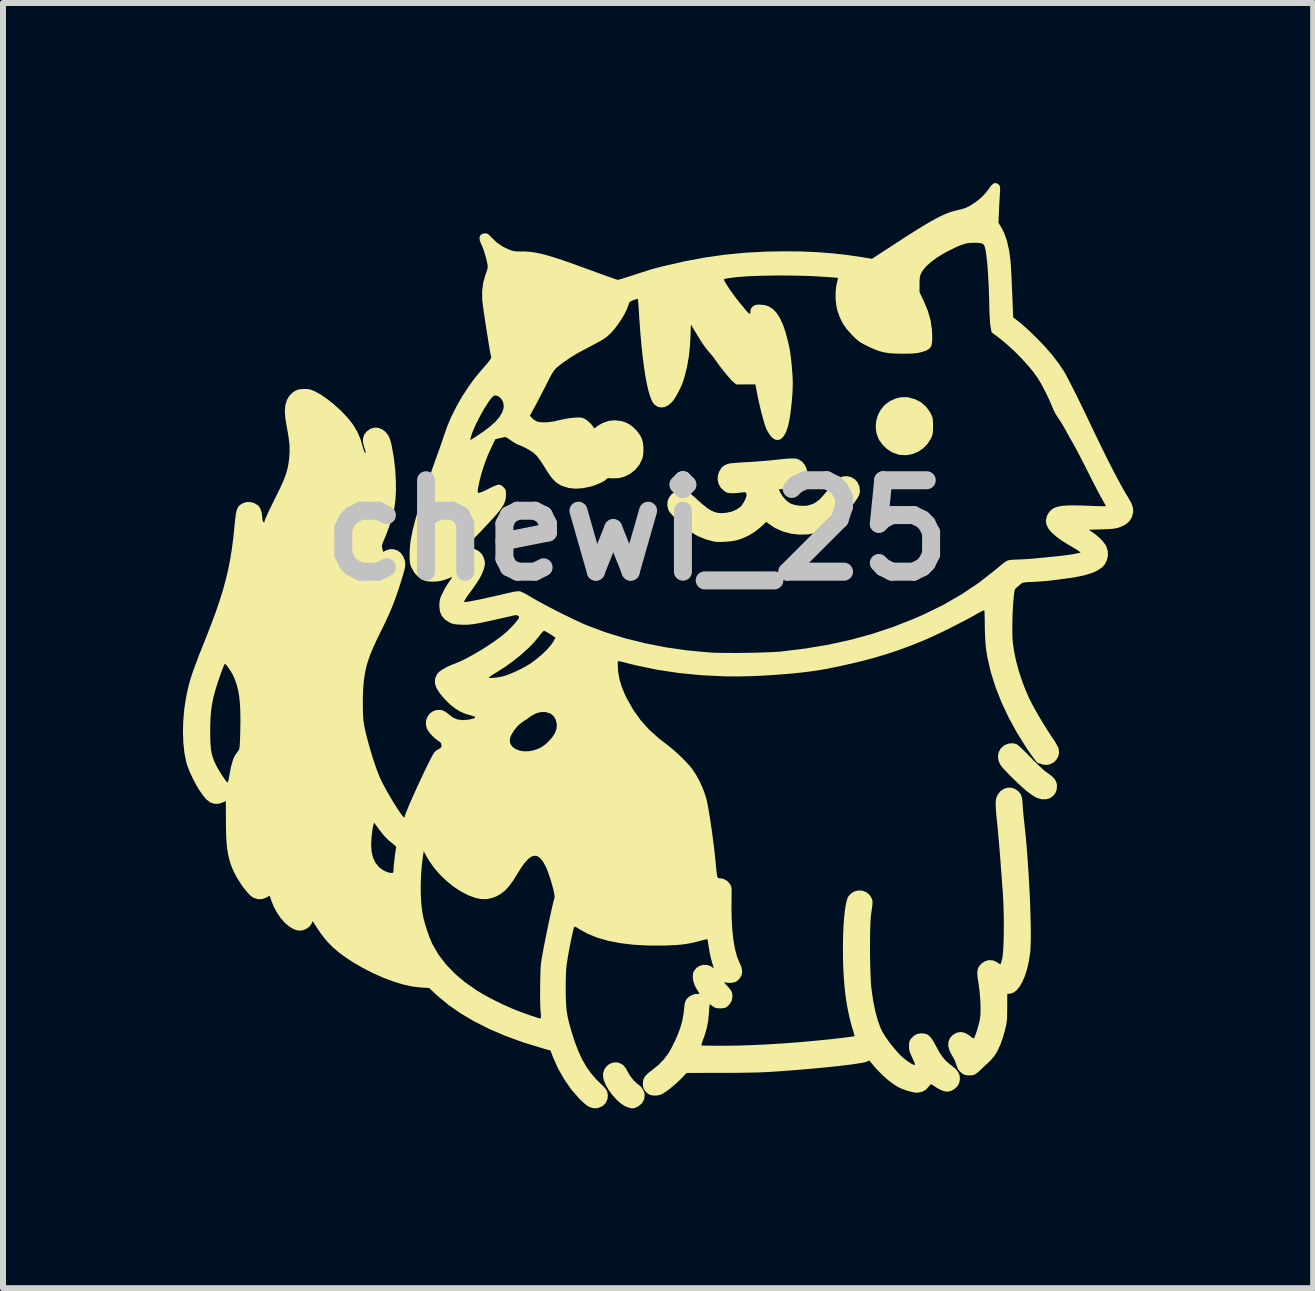
<source format=kicad_pcb>
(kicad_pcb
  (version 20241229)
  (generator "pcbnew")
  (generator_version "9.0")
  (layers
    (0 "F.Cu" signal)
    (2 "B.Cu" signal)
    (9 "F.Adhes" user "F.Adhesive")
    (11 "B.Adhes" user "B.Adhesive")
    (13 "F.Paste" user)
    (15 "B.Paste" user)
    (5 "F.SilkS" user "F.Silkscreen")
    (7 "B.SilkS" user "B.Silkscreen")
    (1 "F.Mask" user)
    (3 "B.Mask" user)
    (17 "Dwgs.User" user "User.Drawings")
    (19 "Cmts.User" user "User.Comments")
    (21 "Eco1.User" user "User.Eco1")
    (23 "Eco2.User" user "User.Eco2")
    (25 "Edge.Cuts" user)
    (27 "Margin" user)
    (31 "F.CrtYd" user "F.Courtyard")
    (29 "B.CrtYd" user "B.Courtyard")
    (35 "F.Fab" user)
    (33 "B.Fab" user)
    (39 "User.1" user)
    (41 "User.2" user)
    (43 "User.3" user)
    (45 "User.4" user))
  (footprint "chewi_25"
    (layer "F.Cu")
    (at 7.572 5.79)
    (property "Reference" "chewi_25" (at 0 0 0) (layer "Dwgs.User") (effects (font (size 1.524 1.524) (thickness 0.3))))
    (attr board_only exclude_from_pos_files exclude_from_bom)
    (fp_poly (pts (xy -0.314 8.875) (xy -0.264 8.894) (xy -0.224 8.924) (xy -0.189 8.97) (xy -0.163 9.018) (xy -0.117 9.097) (xy -0.062 9.166) (xy -0.005 9.221) (xy 0.019 9.238) (xy 0.062 9.275) (xy 0.097 9.325) (xy 0.12 9.38) (xy 0.125 9.416) (xy 0.114 9.488) (xy 0.081 9.548) (xy 0.027 9.596) (xy -0.006 9.614) (xy -0.041 9.629) (xy -0.069 9.635) (xy -0.1 9.633) (xy -0.143 9.623) (xy -0.153 9.62) (xy -0.217 9.592) (xy -0.285 9.545) (xy -0.352 9.483) (xy -0.417 9.41) (xy -0.475 9.331) (xy -0.522 9.25) (xy -0.555 9.17) (xy -0.568 9.122) (xy -0.569 9.053) (xy -0.55 8.99) (xy -0.514 8.937) (xy -0.465 8.897) (xy -0.407 8.873) (xy -0.343 8.869)) (stroke (width 0) (type solid)) (fill yes) (layer "F.SilkS"))
    (fp_poly (pts (xy 4.522 -2.216) (xy 4.633 -2.185) (xy 4.73 -2.134) (xy 4.812 -2.064) (xy 4.878 -1.974) (xy 4.897 -1.939) (xy 4.913 -1.904) (xy 4.923 -1.873) (xy 4.928 -1.838) (xy 4.931 -1.791) (xy 4.931 -1.738) (xy 4.931 -1.675) (xy 4.927 -1.629) (xy 4.921 -1.594) (xy 4.91 -1.561) (xy 4.899 -1.537) (xy 4.843 -1.445) (xy 4.77 -1.369) (xy 4.684 -1.31) (xy 4.589 -1.271) (xy 4.487 -1.252) (xy 4.383 -1.257) (xy 4.347 -1.264) (xy 4.255 -1.297) (xy 4.168 -1.352) (xy 4.093 -1.422) (xy 4.033 -1.504) (xy 4.019 -1.532) (xy 3.986 -1.628) (xy 3.975 -1.728) (xy 3.985 -1.828) (xy 4.013 -1.923) (xy 4.06 -2.011) (xy 4.123 -2.087) (xy 4.202 -2.147) (xy 4.221 -2.158) (xy 4.316 -2.199) (xy 4.403 -2.219) (xy 4.489 -2.22)) (stroke (width 0) (type solid)) (fill yes) (layer "F.SilkS"))
    (fp_poly (pts (xy 6.32 3.563) (xy 6.34 3.576) (xy 6.374 3.604) (xy 6.419 3.647) (xy 6.474 3.7) (xy 6.534 3.761) (xy 6.553 3.781) (xy 6.636 3.865) (xy 6.71 3.936) (xy 6.773 3.994) (xy 6.824 4.034) (xy 6.838 4.044) (xy 6.905 4.093) (xy 6.952 4.139) (xy 6.981 4.186) (xy 6.996 4.237) (xy 6.997 4.25) (xy 6.993 4.322) (xy 6.969 4.383) (xy 6.928 4.432) (xy 6.874 4.467) (xy 6.81 4.484) (xy 6.739 4.483) (xy 6.664 4.461) (xy 6.656 4.458) (xy 6.618 4.437) (xy 6.569 4.404) (xy 6.518 4.367) (xy 6.5 4.354) (xy 6.452 4.313) (xy 6.396 4.262) (xy 6.334 4.204) (xy 6.27 4.143) (xy 6.208 4.081) (xy 6.152 4.023) (xy 6.105 3.973) (xy 6.071 3.933) (xy 6.058 3.916) (xy 6.025 3.848) (xy 6.013 3.776) (xy 6.023 3.707) (xy 6.054 3.644) (xy 6.066 3.629) (xy 6.124 3.581) (xy 6.192 3.554) (xy 6.265 3.55)) (stroke (width 0) (type solid)) (fill yes) (layer "F.SilkS"))
    (fp_poly (pts (xy 6.243 4.292) (xy 6.297 4.311) (xy 6.354 4.35) (xy 6.393 4.401) (xy 6.416 4.468) (xy 6.424 4.553) (xy 6.424 4.558) (xy 6.426 4.593) (xy 6.43 4.648) (xy 6.436 4.718) (xy 6.444 4.799) (xy 6.453 4.883) (xy 6.456 4.908) (xy 6.471 5.055) (xy 6.486 5.213) (xy 6.5 5.38) (xy 6.512 5.552) (xy 6.524 5.728) (xy 6.534 5.904) (xy 6.543 6.077) (xy 6.55 6.246) (xy 6.555 6.406) (xy 6.559 6.557) (xy 6.561 6.695) (xy 6.561 6.817) (xy 6.558 6.921) (xy 6.554 7.004) (xy 6.551 7.037) (xy 6.53 7.177) (xy 6.501 7.305) (xy 6.466 7.42) (xy 6.424 7.519) (xy 6.378 7.601) (xy 6.328 7.663) (xy 6.275 7.705) (xy 6.22 7.724) (xy 6.204 7.725) (xy 6.169 7.725) (xy 6.168 7.953) (xy 6.167 8.039) (xy 6.166 8.105) (xy 6.163 8.159) (xy 6.157 8.205) (xy 6.149 8.25) (xy 6.138 8.299) (xy 6.134 8.316) (xy 6.095 8.456) (xy 6.053 8.575) (xy 6.007 8.676) (xy 5.954 8.761) (xy 5.893 8.834) (xy 5.848 8.878) (xy 5.801 8.92) (xy 5.752 8.965) (xy 5.713 9.003) (xy 5.677 9.036) (xy 5.642 9.062) (xy 5.619 9.075) (xy 5.568 9.086) (xy 5.51 9.086) (xy 5.457 9.076) (xy 5.431 9.064) (xy 5.381 9.025) (xy 5.345 8.977) (xy 5.32 8.912) (xy 5.319 8.906) (xy 5.3 8.854) (xy 5.273 8.797) (xy 5.249 8.756) (xy 5.206 8.673) (xy 5.185 8.595) (xy 5.188 8.526) (xy 5.213 8.464) (xy 5.262 8.41) (xy 5.268 8.406) (xy 5.33 8.372) (xy 5.396 8.363) (xy 5.463 8.377) (xy 5.529 8.415) (xy 5.543 8.427) (xy 5.577 8.454) (xy 5.602 8.467) (xy 5.613 8.467) (xy 5.623 8.448) (xy 5.638 8.41) (xy 5.656 8.359) (xy 5.674 8.302) (xy 5.691 8.242) (xy 5.705 8.187) (xy 5.713 8.145) (xy 5.721 8.078) (xy 5.723 7.992) (xy 5.722 7.892) (xy 5.716 7.786) (xy 5.706 7.679) (xy 5.693 7.577) (xy 5.688 7.544) (xy 5.674 7.457) (xy 5.669 7.39) (xy 5.672 7.338) (xy 5.683 7.295) (xy 5.705 7.259) (xy 5.737 7.224) (xy 5.739 7.222) (xy 5.798 7.182) (xy 5.863 7.164) (xy 5.93 7.169) (xy 5.995 7.197) (xy 6.008 7.207) (xy 6.035 7.226) (xy 6.053 7.236) (xy 6.055 7.236) (xy 6.06 7.222) (xy 6.07 7.191) (xy 6.082 7.15) (xy 6.09 7.105) (xy 6.097 7.039) (xy 6.103 6.954) (xy 6.107 6.855) (xy 6.11 6.744) (xy 6.111 6.625) (xy 6.111 6.502) (xy 6.109 6.377) (xy 6.105 6.255) (xy 6.1 6.138) (xy 6.095 6.056) (xy 6.081 5.865) (xy 6.069 5.698) (xy 6.058 5.553) (xy 6.049 5.429) (xy 6.04 5.325) (xy 6.033 5.239) (xy 6.027 5.171) (xy 6.025 5.15) (xy 6.019 5.084) (xy 6.013 5.017) (xy 6.008 4.96) (xy 6.006 4.938) (xy 6.001 4.883) (xy 5.994 4.817) (xy 5.987 4.757) (xy 5.981 4.692) (xy 5.977 4.621) (xy 5.975 4.563) (xy 5.977 4.508) (xy 5.984 4.467) (xy 5.998 4.43) (xy 6.01 4.407) (xy 6.054 4.349) (xy 6.111 4.31) (xy 6.175 4.29)) (stroke (width 0) (type solid)) (fill yes) (layer "F.SilkS"))
    (fp_poly (pts (xy 2.643 -1.195) (xy 2.674 -1.188) (xy 2.69 -1.182) (xy 2.748 -1.145) (xy 2.793 -1.091) (xy 2.823 -1.026) (xy 2.837 -0.955) (xy 2.832 -0.884) (xy 2.821 -0.846) (xy 2.801 -0.814) (xy 2.771 -0.778) (xy 2.753 -0.761) (xy 2.71 -0.729) (xy 2.658 -0.707) (xy 2.592 -0.694) (xy 2.51 -0.688) (xy 2.468 -0.688) (xy 2.42 -0.687) (xy 2.384 -0.685) (xy 2.364 -0.682) (xy 2.362 -0.681) (xy 2.368 -0.666) (xy 2.381 -0.638) (xy 2.388 -0.624) (xy 2.426 -0.564) (xy 2.475 -0.508) (xy 2.527 -0.464) (xy 2.552 -0.449) (xy 2.611 -0.427) (xy 2.684 -0.413) (xy 2.759 -0.407) (xy 2.827 -0.41) (xy 2.844 -0.414) (xy 2.9 -0.43) (xy 2.95 -0.45) (xy 2.996 -0.479) (xy 3.043 -0.518) (xy 3.093 -0.571) (xy 3.151 -0.64) (xy 3.194 -0.694) (xy 3.24 -0.752) (xy 3.284 -0.803) (xy 3.32 -0.842) (xy 3.347 -0.866) (xy 3.355 -0.871) (xy 3.429 -0.898) (xy 3.501 -0.902) (xy 3.568 -0.886) (xy 3.626 -0.851) (xy 3.672 -0.801) (xy 3.702 -0.736) (xy 3.712 -0.662) (xy 3.71 -0.63) (xy 3.701 -0.596) (xy 3.684 -0.559) (xy 3.657 -0.514) (xy 3.617 -0.459) (xy 3.564 -0.389) (xy 3.546 -0.365) (xy 3.471 -0.274) (xy 3.404 -0.2) (xy 3.341 -0.14) (xy 3.277 -0.091) (xy 3.243 -0.068) (xy 3.118 -0.002) (xy 2.983 0.044) (xy 2.844 0.068) (xy 2.702 0.072) (xy 2.562 0.055) (xy 2.426 0.019) (xy 2.299 -0.038) (xy 2.185 -0.114) (xy 2.151 -0.141) (xy 2.055 -0.051) (xy 1.957 0.027) (xy 1.847 0.093) (xy 1.732 0.143) (xy 1.643 0.169) (xy 1.567 0.182) (xy 1.484 0.19) (xy 1.402 0.194) (xy 1.33 0.193) (xy 1.283 0.188) (xy 1.143 0.151) (xy 1.01 0.096) (xy 0.962 0.07) (xy 0.912 0.037) (xy 0.854 -0.006) (xy 0.791 -0.058) (xy 0.727 -0.114) (xy 0.666 -0.171) (xy 0.611 -0.225) (xy 0.566 -0.274) (xy 0.534 -0.314) (xy 0.521 -0.337) (xy 0.502 -0.411) (xy 0.506 -0.482) (xy 0.53 -0.546) (xy 0.57 -0.599) (xy 0.624 -0.639) (xy 0.69 -0.662) (xy 0.764 -0.665) (xy 0.792 -0.66) (xy 0.816 -0.653) (xy 0.842 -0.641) (xy 0.871 -0.622) (xy 0.909 -0.592) (xy 0.958 -0.55) (xy 1.009 -0.503) (xy 1.091 -0.432) (xy 1.16 -0.377) (xy 1.22 -0.337) (xy 1.274 -0.31) (xy 1.326 -0.294) (xy 1.38 -0.287) (xy 1.403 -0.286) (xy 1.492 -0.293) (xy 1.578 -0.313) (xy 1.653 -0.345) (xy 1.714 -0.386) (xy 1.742 -0.415) (xy 1.778 -0.47) (xy 1.805 -0.523) (xy 1.821 -0.57) (xy 1.822 -0.605) (xy 1.82 -0.611) (xy 1.812 -0.627) (xy 1.799 -0.634) (xy 1.775 -0.634) (xy 1.733 -0.629) (xy 1.732 -0.629) (xy 1.674 -0.623) (xy 1.61 -0.619) (xy 1.579 -0.619) (xy 1.531 -0.621) (xy 1.495 -0.629) (xy 1.462 -0.647) (xy 1.449 -0.656) (xy 1.392 -0.711) (xy 1.355 -0.777) (xy 1.34 -0.851) (xy 1.348 -0.928) (xy 1.366 -0.978) (xy 1.403 -1.041) (xy 1.452 -1.083) (xy 1.515 -1.109) (xy 1.526 -1.111) (xy 1.555 -1.116) (xy 1.605 -1.121) (xy 1.67 -1.126) (xy 1.745 -1.132) (xy 1.827 -1.137) (xy 1.84 -1.137) (xy 1.936 -1.143) (xy 2.042 -1.151) (xy 2.148 -1.159) (xy 2.245 -1.168) (xy 2.308 -1.175) (xy 2.411 -1.186) (xy 2.492 -1.194) (xy 2.556 -1.198) (xy 2.605 -1.198)) (stroke (width 0) (type solid)) (fill yes) (layer "F.SilkS"))
    (fp_poly (pts (xy 6.009 -5.776) (xy 6.027 -5.761) (xy 6.039 -5.747) (xy 6.046 -5.73) (xy 6.049 -5.705) (xy 6.049 -5.667) (xy 6.046 -5.614) (xy 6.042 -5.555) (xy 6.038 -5.48) (xy 6.034 -5.398) (xy 6.03 -5.319) (xy 6.03 -5.31) (xy 6.022 -5.126) (xy 6.06 -5.066) (xy 6.118 -4.955) (xy 6.164 -4.822) (xy 6.199 -4.669) (xy 6.222 -4.497) (xy 6.224 -4.475) (xy 6.227 -4.421) (xy 6.232 -4.348) (xy 6.237 -4.259) (xy 6.242 -4.16) (xy 6.246 -4.055) (xy 6.251 -3.95) (xy 6.252 -3.934) (xy 6.267 -3.55) (xy 6.368 -3.472) (xy 6.408 -3.439) (xy 6.461 -3.392) (xy 6.523 -3.336) (xy 6.588 -3.274) (xy 6.653 -3.211) (xy 6.664 -3.2) (xy 6.805 -3.053) (xy 6.927 -2.911) (xy 7.034 -2.77) (xy 7.115 -2.647) (xy 7.141 -2.603) (xy 7.175 -2.539) (xy 7.218 -2.456) (xy 7.269 -2.356) (xy 7.326 -2.242) (xy 7.388 -2.115) (xy 7.455 -1.978) (xy 7.525 -1.832) (xy 7.582 -1.711) (xy 7.676 -1.516) (xy 7.766 -1.331) (xy 7.852 -1.158) (xy 7.933 -1) (xy 8.008 -0.857) (xy 8.076 -0.732) (xy 8.136 -0.626) (xy 8.188 -0.541) (xy 8.19 -0.537) (xy 8.239 -0.449) (xy 8.265 -0.37) (xy 8.268 -0.3) (xy 8.267 -0.296) (xy 8.244 -0.216) (xy 8.202 -0.149) (xy 8.139 -0.096) (xy 8.056 -0.056) (xy 8.039 -0.05) (xy 8.003 -0.039) (xy 7.964 -0.031) (xy 7.919 -0.025) (xy 7.861 -0.02) (xy 7.786 -0.017) (xy 7.741 -0.016) (xy 7.525 -0.009) (xy 7.583 0.028) (xy 7.644 0.072) (xy 7.705 0.125) (xy 7.759 0.181) (xy 7.801 0.235) (xy 7.82 0.269) (xy 7.844 0.346) (xy 7.846 0.426) (xy 7.827 0.504) (xy 7.79 0.574) (xy 7.747 0.619) (xy 7.669 0.672) (xy 7.567 0.716) (xy 7.441 0.753) (xy 7.292 0.783) (xy 7.219 0.794) (xy 7.141 0.804) (xy 7.055 0.816) (xy 6.974 0.827) (xy 6.931 0.832) (xy 6.865 0.84) (xy 6.784 0.848) (xy 6.697 0.854) (xy 6.615 0.859) (xy 6.608 0.859) (xy 6.535 0.862) (xy 6.483 0.866) (xy 6.447 0.87) (xy 6.423 0.875) (xy 6.407 0.883) (xy 6.395 0.893) (xy 6.367 0.918) (xy 6.333 0.947) (xy 6.329 0.95) (xy 6.312 0.965) (xy 6.3 0.98) (xy 6.291 1.002) (xy 6.285 1.035) (xy 6.279 1.084) (xy 6.276 1.119) (xy 6.266 1.229) (xy 6.259 1.35) (xy 6.255 1.473) (xy 6.253 1.595) (xy 6.253 1.708) (xy 6.256 1.808) (xy 6.262 1.881) (xy 6.283 2.024) (xy 6.316 2.181) (xy 6.361 2.346) (xy 6.415 2.511) (xy 6.476 2.67) (xy 6.536 2.806) (xy 6.578 2.889) (xy 6.631 2.986) (xy 6.692 3.092) (xy 6.757 3.202) (xy 6.823 3.309) (xy 6.887 3.408) (xy 6.931 3.473) (xy 6.966 3.526) (xy 6.995 3.576) (xy 7.017 3.617) (xy 7.025 3.639) (xy 7.032 3.708) (xy 7.018 3.771) (xy 6.986 3.826) (xy 6.94 3.87) (xy 6.883 3.9) (xy 6.82 3.911) (xy 6.753 3.902) (xy 6.732 3.895) (xy 6.703 3.885) (xy 6.685 3.882) (xy 6.684 3.883) (xy 6.673 3.877) (xy 6.651 3.853) (xy 6.62 3.813) (xy 6.581 3.76) (xy 6.536 3.697) (xy 6.49 3.629) (xy 6.331 3.376) (xy 6.191 3.12) (xy 6.071 2.864) (xy 5.971 2.609) (xy 5.892 2.357) (xy 5.836 2.111) (xy 5.817 1.994) (xy 5.807 1.904) (xy 5.8 1.795) (xy 5.795 1.671) (xy 5.794 1.591) (xy 5.793 1.514) (xy 5.792 1.446) (xy 5.79 1.39) (xy 5.788 1.351) (xy 5.786 1.332) (xy 5.785 1.331) (xy 5.773 1.335) (xy 5.743 1.349) (xy 5.7 1.372) (xy 5.648 1.401) (xy 5.636 1.408) (xy 5.554 1.454) (xy 5.454 1.507) (xy 5.342 1.565) (xy 5.224 1.625) (xy 5.105 1.684) (xy 4.99 1.739) (xy 4.885 1.787) (xy 4.796 1.827) (xy 4.796 1.827) (xy 4.578 1.915) (xy 4.36 1.996) (xy 4.139 2.069) (xy 3.911 2.136) (xy 3.67 2.198) (xy 3.413 2.257) (xy 3.144 2.312) (xy 3.003 2.336) (xy 2.842 2.358) (xy 2.666 2.379) (xy 2.478 2.396) (xy 2.283 2.411) (xy 2.085 2.423) (xy 1.89 2.431) (xy 1.702 2.435) (xy 1.525 2.435) (xy 1.451 2.434) (xy 1.066 2.415) (xy 0.695 2.379) (xy 0.338 2.325) (xy -0.01 2.253) (xy -0.138 2.222) (xy -0.209 2.203) (xy -0.26 2.19) (xy -0.294 2.183) (xy -0.313 2.182) (xy -0.323 2.188) (xy -0.326 2.201) (xy -0.325 2.22) (xy -0.325 2.234) (xy -0.318 2.359) (xy -0.297 2.48) (xy -0.26 2.604) (xy -0.206 2.736) (xy -0.174 2.801) (xy -0.066 2.993) (xy 0.059 3.167) (xy 0.201 3.325) (xy 0.364 3.471) (xy 0.444 3.532) (xy 0.534 3.602) (xy 0.627 3.68) (xy 0.717 3.763) (xy 0.8 3.846) (xy 0.871 3.922) (xy 0.914 3.975) (xy 0.974 4.064) (xy 1.033 4.169) (xy 1.085 4.282) (xy 1.128 4.394) (xy 1.155 4.485) (xy 1.171 4.561) (xy 1.189 4.657) (xy 1.208 4.769) (xy 1.227 4.893) (xy 1.246 5.025) (xy 1.264 5.159) (xy 1.281 5.291) (xy 1.295 5.418) (xy 1.301 5.474) (xy 1.31 5.572) (xy 1.318 5.649) (xy 1.324 5.706) (xy 1.33 5.747) (xy 1.336 5.774) (xy 1.342 5.79) (xy 1.35 5.798) (xy 1.361 5.8) (xy 1.374 5.8) (xy 1.383 5.8) (xy 1.441 5.811) (xy 1.496 5.842) (xy 1.54 5.887) (xy 1.549 5.902) (xy 1.562 5.926) (xy 1.569 5.951) (xy 1.573 5.982) (xy 1.574 6.026) (xy 1.573 6.088) (xy 1.573 6.091) (xy 1.571 6.301) (xy 1.575 6.495) (xy 1.586 6.673) (xy 1.604 6.832) (xy 1.628 6.971) (xy 1.659 7.089) (xy 1.695 7.185) (xy 1.706 7.206) (xy 1.739 7.287) (xy 1.75 7.359) (xy 1.737 7.423) (xy 1.7 7.48) (xy 1.658 7.518) (xy 1.622 7.534) (xy 1.572 7.543) (xy 1.518 7.544) (xy 1.47 7.537) (xy 1.456 7.532) (xy 1.451 7.535) (xy 1.462 7.551) (xy 1.486 7.58) (xy 1.489 7.583) (xy 1.533 7.631) (xy 1.562 7.669) (xy 1.578 7.701) (xy 1.586 7.735) (xy 1.587 7.77) (xy 1.576 7.839) (xy 1.542 7.899) (xy 1.496 7.943) (xy 1.466 7.959) (xy 1.429 7.967) (xy 1.382 7.969) (xy 1.334 7.966) (xy 1.3 7.959) (xy 1.27 7.942) (xy 1.259 7.934) (xy 1.231 7.914) (xy 1.212 7.901) (xy 1.209 7.9) (xy 1.206 7.912) (xy 1.203 7.943) (xy 1.199 7.989) (xy 1.196 8.034) (xy 1.183 8.176) (xy 1.157 8.306) (xy 1.118 8.437) (xy 1.106 8.468) (xy 1.088 8.517) (xy 1.076 8.557) (xy 1.07 8.581) (xy 1.07 8.587) (xy 1.084 8.588) (xy 1.119 8.589) (xy 1.174 8.591) (xy 1.244 8.591) (xy 1.327 8.592) (xy 1.42 8.592) (xy 1.472 8.592) (xy 1.688 8.589) (xy 1.924 8.581) (xy 2.174 8.569) (xy 2.434 8.553) (xy 2.7 8.533) (xy 2.965 8.509) (xy 3.226 8.483) (xy 3.412 8.461) (xy 3.481 8.453) (xy 3.54 8.445) (xy 3.587 8.438) (xy 3.615 8.434) (xy 3.623 8.432) (xy 3.621 8.418) (xy 3.613 8.387) (xy 3.6 8.344) (xy 3.595 8.329) (xy 3.57 8.246) (xy 3.545 8.146) (xy 3.52 8.036) (xy 3.498 7.922) (xy 3.48 7.813) (xy 3.47 7.743) (xy 3.456 7.609) (xy 3.444 7.467) (xy 3.436 7.32) (xy 3.431 7.17) (xy 3.429 7.02) (xy 3.43 6.872) (xy 3.433 6.729) (xy 3.439 6.595) (xy 3.448 6.47) (xy 3.459 6.358) (xy 3.473 6.262) (xy 3.489 6.184) (xy 3.507 6.127) (xy 3.519 6.104) (xy 3.566 6.052) (xy 3.624 6.018) (xy 3.688 6.003) (xy 3.753 6.007) (xy 3.813 6.029) (xy 3.865 6.069) (xy 3.897 6.113) (xy 3.91 6.139) (xy 3.918 6.164) (xy 3.922 6.193) (xy 3.921 6.231) (xy 3.916 6.281) (xy 3.906 6.348) (xy 3.898 6.4) (xy 3.893 6.453) (xy 3.888 6.526) (xy 3.885 6.618) (xy 3.882 6.723) (xy 3.881 6.837) (xy 3.88 6.958) (xy 3.881 7.081) (xy 3.883 7.203) (xy 3.886 7.319) (xy 3.89 7.426) (xy 3.894 7.521) (xy 3.9 7.599) (xy 3.904 7.638) (xy 3.932 7.832) (xy 3.966 8.004) (xy 4.005 8.152) (xy 4.049 8.278) (xy 4.087 8.359) (xy 4.13 8.43) (xy 4.186 8.511) (xy 4.251 8.596) (xy 4.319 8.677) (xy 4.385 8.748) (xy 4.387 8.75) (xy 4.432 8.792) (xy 4.481 8.831) (xy 4.529 8.866) (xy 4.572 8.893) (xy 4.607 8.909) (xy 4.628 8.913) (xy 4.631 8.911) (xy 4.629 8.897) (xy 4.618 8.866) (xy 4.599 8.824) (xy 4.585 8.792) (xy 4.559 8.736) (xy 4.543 8.694) (xy 4.534 8.657) (xy 4.531 8.617) (xy 4.531 8.599) (xy 4.533 8.55) (xy 4.539 8.517) (xy 4.554 8.489) (xy 4.566 8.471) (xy 4.618 8.42) (xy 4.678 8.392) (xy 4.737 8.385) (xy 4.789 8.389) (xy 4.832 8.402) (xy 4.87 8.429) (xy 4.907 8.471) (xy 4.945 8.531) (xy 4.985 8.606) (xy 5.039 8.705) (xy 5.093 8.785) (xy 5.153 8.851) (xy 5.222 8.909) (xy 5.238 8.921) (xy 5.305 8.975) (xy 5.349 9.028) (xy 5.373 9.084) (xy 5.379 9.138) (xy 5.374 9.183) (xy 5.362 9.224) (xy 5.358 9.234) (xy 5.328 9.277) (xy 5.286 9.315) (xy 5.243 9.34) (xy 5.227 9.345) (xy 5.197 9.352) (xy 5.18 9.356) (xy 5.148 9.356) (xy 5.102 9.345) (xy 5.05 9.324) (xy 4.998 9.296) (xy 4.99 9.29) (xy 4.951 9.265) (xy 4.921 9.245) (xy 4.905 9.235) (xy 4.889 9.238) (xy 4.867 9.262) (xy 4.857 9.276) (xy 4.81 9.326) (xy 4.748 9.36) (xy 4.678 9.374) (xy 4.668 9.375) (xy 4.616 9.37) (xy 4.55 9.355) (xy 4.478 9.334) (xy 4.408 9.308) (xy 4.365 9.289) (xy 4.277 9.236) (xy 4.182 9.165) (xy 4.085 9.078) (xy 3.988 8.979) (xy 3.912 8.89) (xy 3.868 8.837) (xy 3.829 8.856) (xy 3.799 8.866) (xy 3.745 8.877) (xy 3.671 8.889) (xy 3.577 8.903) (xy 3.465 8.917) (xy 3.338 8.932) (xy 3.196 8.947) (xy 3.043 8.962) (xy 2.88 8.977) (xy 2.708 8.992) (xy 2.529 9.006) (xy 2.406 9.015) (xy 2.304 9.022) (xy 2.208 9.028) (xy 2.114 9.033) (xy 2.017 9.037) (xy 1.915 9.039) (xy 1.801 9.041) (xy 1.674 9.043) (xy 1.528 9.044) (xy 1.428 9.044) (xy 0.825 9.045) (xy 0.74 9.133) (xy 0.68 9.192) (xy 0.613 9.252) (xy 0.546 9.307) (xy 0.483 9.354) (xy 0.428 9.389) (xy 0.401 9.403) (xy 0.343 9.42) (xy 0.28 9.423) (xy 0.221 9.413) (xy 0.178 9.392) (xy 0.131 9.348) (xy 0.104 9.301) (xy 0.094 9.243) (xy 0.094 9.227) (xy 0.098 9.175) (xy 0.112 9.131) (xy 0.139 9.091) (xy 0.182 9.049) (xy 0.243 9.001) (xy 0.244 9) (xy 0.355 8.911) (xy 0.445 8.818) (xy 0.522 8.715) (xy 0.577 8.618) (xy 0.642 8.485) (xy 0.692 8.366) (xy 0.73 8.255) (xy 0.757 8.148) (xy 0.775 8.038) (xy 0.781 7.98) (xy 0.787 7.921) (xy 0.794 7.881) (xy 0.804 7.85) (xy 0.819 7.823) (xy 0.832 7.804) (xy 0.867 7.772) (xy 0.914 7.746) (xy 0.963 7.73) (xy 1.006 7.728) (xy 1.028 7.731) (xy 1.035 7.724) (xy 1.028 7.705) (xy 1.006 7.672) (xy 0.962 7.594) (xy 0.935 7.515) (xy 0.925 7.441) (xy 0.933 7.376) (xy 0.944 7.35) (xy 0.984 7.297) (xy 1.038 7.262) (xy 1.1 7.244) (xy 1.164 7.245) (xy 1.226 7.266) (xy 1.255 7.286) (xy 1.272 7.299) (xy 1.275 7.294) (xy 1.271 7.281) (xy 1.244 7.19) (xy 1.224 7.114) (xy 1.209 7.045) (xy 1.197 6.973) (xy 1.193 6.951) (xy 1.185 6.897) (xy 1.178 6.853) (xy 1.172 6.824) (xy 1.17 6.816) (xy 1.157 6.817) (xy 1.126 6.824) (xy 1.08 6.835) (xy 1.046 6.844) (xy 0.958 6.867) (xy 0.879 6.884) (xy 0.804 6.897) (xy 0.726 6.907) (xy 0.641 6.914) (xy 0.542 6.918) (xy 0.434 6.922) (xy 0.176 6.921) (xy -0.064 6.908) (xy -0.285 6.881) (xy -0.486 6.842) (xy -0.667 6.79) (xy -0.827 6.725) (xy -0.966 6.648) (xy -0.986 6.634) (xy -1.018 6.616) (xy -1.041 6.607) (xy -1.049 6.608) (xy -1.056 6.625) (xy -1.066 6.662) (xy -1.078 6.716) (xy -1.093 6.783) (xy -1.109 6.86) (xy -1.125 6.942) (xy -1.141 7.025) (xy -1.155 7.106) (xy -1.164 7.162) (xy -1.174 7.225) (xy -1.181 7.284) (xy -1.186 7.345) (xy -1.189 7.414) (xy -1.191 7.495) (xy -1.192 7.593) (xy -1.192 7.631) (xy -1.191 7.754) (xy -1.188 7.858) (xy -1.182 7.948) (xy -1.173 8.03) (xy -1.159 8.11) (xy -1.141 8.193) (xy -1.116 8.285) (xy -1.093 8.363) (xy -1.038 8.535) (xy -0.98 8.686) (xy -0.918 8.819) (xy -0.85 8.938) (xy -0.774 9.046) (xy -0.687 9.148) (xy -0.587 9.246) (xy -0.576 9.256) (xy -0.543 9.291) (xy -0.515 9.327) (xy -0.504 9.346) (xy -0.489 9.414) (xy -0.495 9.48) (xy -0.522 9.541) (xy -0.568 9.59) (xy -0.6 9.609) (xy -0.667 9.633) (xy -0.732 9.633) (xy -0.799 9.612) (xy -0.835 9.59) (xy -0.883 9.552) (xy -0.936 9.503) (xy -0.962 9.478) (xy -1.096 9.325) (xy -1.216 9.153) (xy -1.321 8.969) (xy -1.401 8.789) (xy -1.446 8.671) (xy -1.589 8.631) (xy -1.899 8.536) (xy -2.191 8.43) (xy -2.462 8.314) (xy -2.713 8.188) (xy -2.942 8.053) (xy -3.149 7.909) (xy -3.333 7.756) (xy -3.366 7.726) (xy -3.469 7.629) (xy -3.606 7.621) (xy -3.743 7.605) (xy -3.894 7.573) (xy -4.055 7.524) (xy -4.222 7.462) (xy -4.393 7.387) (xy -4.564 7.3) (xy -4.732 7.203) (xy -4.821 7.146) (xy -4.959 7.048) (xy -5.077 6.947) (xy -5.181 6.84) (xy -5.275 6.72) (xy -5.339 6.625) (xy -5.41 6.513) (xy -5.425 6.551) (xy -5.459 6.601) (xy -5.509 6.64) (xy -5.57 6.666) (xy -5.634 6.673) (xy -5.65 6.672) (xy -5.723 6.65) (xy -5.798 6.607) (xy -5.872 6.544) (xy -5.942 6.465) (xy -6.006 6.372) (xy -6.061 6.269) (xy -6.105 6.157) (xy -6.106 6.154) (xy -6.127 6.09) (xy -6.179 6.12) (xy -6.249 6.146) (xy -6.321 6.149) (xy -6.391 6.127) (xy -6.414 6.114) (xy -6.459 6.077) (xy -6.511 6.022) (xy -6.565 5.953) (xy -6.584 5.927) (xy -3.609 5.927) (xy -3.607 6.088) (xy -3.598 6.238) (xy -3.582 6.372) (xy -3.581 6.375) (xy -3.562 6.469) (xy -3.533 6.575) (xy -3.498 6.686) (xy -3.46 6.791) (xy -3.421 6.883) (xy -3.41 6.905) (xy -3.312 7.073) (xy -3.19 7.233) (xy -3.045 7.385) (xy -2.877 7.528) (xy -2.686 7.662) (xy -2.657 7.681) (xy -2.568 7.734) (xy -2.462 7.792) (xy -2.347 7.851) (xy -2.229 7.908) (xy -2.116 7.959) (xy -2.094 7.969) (xy -2.039 7.991) (xy -1.974 8.016) (xy -1.904 8.043) (xy -1.832 8.068) (xy -1.764 8.092) (xy -1.703 8.112) (xy -1.655 8.128) (xy -1.623 8.136) (xy -1.615 8.137) (xy -1.607 8.132) (xy -1.604 8.114) (xy -1.605 8.078) (xy -1.609 8.047) (xy -1.613 7.994) (xy -1.616 7.922) (xy -1.618 7.835) (xy -1.619 7.738) (xy -1.618 7.636) (xy -1.617 7.535) (xy -1.615 7.437) (xy -1.613 7.349) (xy -1.609 7.275) (xy -1.604 7.219) (xy -1.603 7.206) (xy -1.593 7.144) (xy -1.579 7.066) (xy -1.563 6.975) (xy -1.543 6.875) (xy -1.522 6.769) (xy -1.5 6.661) (xy -1.478 6.554) (xy -1.456 6.451) (xy -1.435 6.356) (xy -1.416 6.272) (xy -1.4 6.203) (xy -1.386 6.153) (xy -1.378 6.126) (xy -1.377 6.102) (xy -1.383 6.058) (xy -1.396 5.999) (xy -1.413 5.931) (xy -1.434 5.857) (xy -1.458 5.782) (xy -1.482 5.711) (xy -1.506 5.648) (xy -1.525 5.605) (xy -1.569 5.525) (xy -1.614 5.468) (xy -1.659 5.434) (xy -1.707 5.424) (xy -1.757 5.436) (xy -1.811 5.473) (xy -1.868 5.533) (xy -1.93 5.617) (xy -1.997 5.724) (xy -2.068 5.839) (xy -2.137 5.932) (xy -2.205 6.005) (xy -2.275 6.061) (xy -2.35 6.103) (xy -2.424 6.13) (xy -2.516 6.148) (xy -2.61 6.145) (xy -2.682 6.131) (xy -2.807 6.088) (xy -2.934 6.023) (xy -3.061 5.94) (xy -3.182 5.842) (xy -3.296 5.731) (xy -3.398 5.611) (xy -3.484 5.484) (xy -3.511 5.438) (xy -3.559 5.348) (xy -3.574 5.446) (xy -3.592 5.599) (xy -3.604 5.762) (xy -3.609 5.927) (xy -6.584 5.927) (xy -6.62 5.874) (xy -6.672 5.791) (xy -6.717 5.707) (xy -6.753 5.627) (xy -6.754 5.625) (xy -6.782 5.548) (xy -6.804 5.471) (xy -6.822 5.39) (xy -6.836 5.303) (xy -6.842 5.242) (xy -4.435 5.242) (xy -4.428 5.357) (xy -4.404 5.455) (xy -4.365 5.539) (xy -4.308 5.61) (xy -4.301 5.618) (xy -4.253 5.655) (xy -4.196 5.685) (xy -4.137 5.706) (xy -4.097 5.712) (xy -4.076 5.71) (xy -4.066 5.7) (xy -4.063 5.675) (xy -4.062 5.657) (xy -4.061 5.624) (xy -4.057 5.575) (xy -4.05 5.516) (xy -4.043 5.452) (xy -4.035 5.391) (xy -4.028 5.338) (xy -4.021 5.3) (xy -4.018 5.287) (xy -4.025 5.267) (xy -4.054 5.24) (xy -4.081 5.219) (xy -4.148 5.165) (xy -4.219 5.092) (xy -4.296 4.996) (xy -4.328 4.952) (xy -4.386 4.873) (xy -4.4 4.921) (xy -4.407 4.953) (xy -4.415 5.003) (xy -4.423 5.062) (xy -4.428 5.109) (xy -4.435 5.242) (xy -6.842 5.242) (xy -6.845 5.204) (xy -6.852 5.091) (xy -6.855 4.96) (xy -6.856 4.841) (xy -6.856 4.753) (xy -6.857 4.674) (xy -6.857 4.608) (xy -6.858 4.556) (xy -6.859 4.523) (xy -6.86 4.513) (xy -6.872 4.518) (xy -6.899 4.531) (xy -6.912 4.537) (xy -6.981 4.559) (xy -7.051 4.558) (xy -7.119 4.534) (xy -7.181 4.488) (xy -7.189 4.479) (xy -7.243 4.413) (xy -7.301 4.329) (xy -7.358 4.233) (xy -7.411 4.13) (xy -7.459 4.028) (xy -7.497 3.931) (xy -7.518 3.86) (xy -7.548 3.709) (xy -7.566 3.541) (xy -7.572 3.362) (xy -7.572 3.344) (xy -7.118 3.344) (xy -7.117 3.462) (xy -7.113 3.559) (xy -7.106 3.641) (xy -7.095 3.712) (xy -7.078 3.775) (xy -7.056 3.837) (xy -7.03 3.896) (xy -7.005 3.944) (xy -6.975 3.997) (xy -6.942 4.051) (xy -6.909 4.102) (xy -6.878 4.147) (xy -6.852 4.182) (xy -6.833 4.201) (xy -6.825 4.204) (xy -6.82 4.188) (xy -6.811 4.153) (xy -6.802 4.105) (xy -6.796 4.068) (xy -6.774 3.954) (xy -6.749 3.859) (xy -6.721 3.784) (xy -6.694 3.736) (xy -6.669 3.702) (xy -6.647 3.672) (xy -6.644 3.667) (xy -6.637 3.654) (xy -6.632 3.632) (xy -6.627 3.599) (xy -6.624 3.55) (xy -6.621 3.485) (xy -6.618 3.398) (xy -6.617 3.355) (xy -6.614 3.181) (xy -6.616 3.028) (xy -6.622 2.895) (xy -6.634 2.778) (xy -6.651 2.674) (xy -6.674 2.581) (xy -6.703 2.495) (xy -6.726 2.44) (xy -6.748 2.396) (xy -6.776 2.349) (xy -6.806 2.303) (xy -6.834 2.264) (xy -6.858 2.236) (xy -6.873 2.225) (xy -6.873 2.225) (xy -6.881 2.236) (xy -6.895 2.267) (xy -6.913 2.312) (xy -6.935 2.369) (xy -6.942 2.389) (xy -6.993 2.538) (xy -7.034 2.67) (xy -7.066 2.791) (xy -7.089 2.908) (xy -7.105 3.025) (xy -7.114 3.149) (xy -7.118 3.285) (xy -7.118 3.344) (xy -7.572 3.344) (xy -7.567 3.174) (xy -7.551 2.985) (xy -7.523 2.798) (xy -7.485 2.618) (xy -7.476 2.582) (xy -7.459 2.522) (xy -7.441 2.462) (xy -7.421 2.398) (xy -7.397 2.329) (xy -7.368 2.25) (xy -7.334 2.16) (xy -7.294 2.054) (xy -7.245 1.932) (xy -7.19 1.794) (xy -7.103 1.57) (xy -7.026 1.364) (xy -6.961 1.172) (xy -6.904 0.991) (xy -6.857 0.816) (xy -6.816 0.644) (xy -6.783 0.472) (xy -6.755 0.294) (xy -6.731 0.109) (xy -6.714 -0.064) (xy -6.704 -0.165) (xy -6.694 -0.244) (xy -6.684 -0.305) (xy -6.671 -0.35) (xy -6.655 -0.385) (xy -6.634 -0.411) (xy -6.607 -0.432) (xy -6.573 -0.451) (xy -6.566 -0.455) (xy -6.506 -0.472) (xy -6.44 -0.47) (xy -6.375 -0.45) (xy -6.32 -0.414) (xy -6.308 -0.402) (xy -6.279 -0.355) (xy -6.259 -0.292) (xy -6.251 -0.221) (xy -6.251 -0.217) (xy -6.246 -0.168) (xy -6.234 -0.14) (xy -6.231 -0.138) (xy -6.217 -0.13) (xy -6.213 -0.142) (xy -6.213 -0.152) (xy -6.207 -0.17) (xy -6.192 -0.208) (xy -6.168 -0.261) (xy -6.137 -0.328) (xy -6.1 -0.405) (xy -6.058 -0.489) (xy -6.044 -0.519) (xy -5.985 -0.637) (xy -5.937 -0.737) (xy -5.899 -0.823) (xy -5.869 -0.899) (xy -5.846 -0.968) (xy -5.829 -1.033) (xy -5.815 -1.1) (xy -5.805 -1.17) (xy -5.8 -1.219) (xy -5.794 -1.317) (xy -5.796 -1.418) (xy -5.808 -1.528) (xy -5.828 -1.653) (xy -5.843 -1.731) (xy -5.866 -1.869) (xy -5.874 -1.988) (xy -5.865 -2.089) (xy -5.839 -2.174) (xy -5.798 -2.244) (xy -5.739 -2.301) (xy -5.694 -2.329) (xy -5.656 -2.345) (xy -5.611 -2.353) (xy -5.551 -2.356) (xy -5.55 -2.356) (xy -5.498 -2.355) (xy -5.457 -2.349) (xy -5.417 -2.336) (xy -5.366 -2.313) (xy -5.362 -2.311) (xy -5.271 -2.26) (xy -5.17 -2.19) (xy -5.062 -2.105) (xy -4.951 -2.005) (xy -4.941 -1.996) (xy -4.827 -1.877) (xy -4.736 -1.76) (xy -4.665 -1.641) (xy -4.612 -1.518) (xy -4.586 -1.429) (xy -4.572 -1.378) (xy -4.558 -1.335) (xy -4.546 -1.306) (xy -4.542 -1.3) (xy -4.53 -1.29) (xy -4.526 -1.298) (xy -4.532 -1.326) (xy -4.548 -1.375) (xy -4.55 -1.381) (xy -4.571 -1.464) (xy -4.571 -1.535) (xy -4.549 -1.597) (xy -4.507 -1.651) (xy -4.505 -1.652) (xy -4.444 -1.694) (xy -4.378 -1.712) (xy -4.31 -1.708) (xy -4.245 -1.679) (xy -4.202 -1.646) (xy -4.167 -1.607) (xy -4.139 -1.562) (xy -4.117 -1.507) (xy -4.098 -1.434) (xy -4.089 -1.392) (xy -4.057 -1.207) (xy -4.035 -1.021) (xy -4.024 -0.838) (xy -4.022 -0.663) (xy -4.031 -0.5) (xy -4.051 -0.354) (xy -4.057 -0.321) (xy -4.076 -0.243) (xy -4.105 -0.15) (xy -4.139 -0.049) (xy -4.177 0.053) (xy -4.213 0.141) (xy -4.236 0.194) (xy -4.249 0.231) (xy -4.255 0.258) (xy -4.254 0.282) (xy -4.249 0.306) (xy -4.235 0.359) (xy -4.19 0.336) (xy -4.123 0.314) (xy -4.057 0.316) (xy -3.994 0.338) (xy -3.94 0.379) (xy -3.899 0.437) (xy -3.88 0.485) (xy -3.871 0.518) (xy -3.867 0.549) (xy -3.867 0.582) (xy -3.872 0.622) (xy -3.883 0.672) (xy -3.901 0.735) (xy -3.925 0.815) (xy -3.949 0.892) (xy -3.996 1.035) (xy -4.042 1.164) (xy -4.089 1.285) (xy -4.141 1.407) (xy -4.201 1.537) (xy -4.263 1.663) (xy -4.333 1.806) (xy -4.391 1.932) (xy -4.439 2.044) (xy -4.477 2.146) (xy -4.507 2.242) (xy -4.529 2.334) (xy -4.546 2.428) (xy -4.559 2.526) (xy -4.562 2.564) (xy -4.569 2.662) (xy -4.573 2.771) (xy -4.574 2.884) (xy -4.573 2.994) (xy -4.569 3.093) (xy -4.563 3.175) (xy -4.562 3.178) (xy -4.551 3.254) (xy -4.531 3.348) (xy -4.505 3.455) (xy -4.474 3.571) (xy -4.439 3.692) (xy -4.403 3.811) (xy -4.365 3.924) (xy -4.328 4.027) (xy -4.294 4.111) (xy -4.261 4.183) (xy -4.216 4.269) (xy -4.164 4.364) (xy -4.108 4.461) (xy -4.05 4.556) (xy -3.995 4.644) (xy -3.944 4.718) (xy -3.908 4.766) (xy -3.888 4.785) (xy -3.877 4.784) (xy -3.875 4.774) (xy -3.87 4.751) (xy -3.855 4.709) (xy -3.831 4.65) (xy -3.801 4.577) (xy -3.765 4.494) (xy -3.724 4.402) (xy -3.681 4.306) (xy -3.635 4.208) (xy -3.59 4.11) (xy -3.545 4.016) (xy -3.503 3.929) (xy -3.465 3.851) (xy -3.431 3.786) (xy -3.404 3.736) (xy -3.385 3.705) (xy -3.379 3.697) (xy -3.344 3.668) (xy -3.305 3.644) (xy -3.304 3.644) (xy -3.275 3.626) (xy -3.264 3.604) (xy -3.263 3.584) (xy -3.266 3.557) (xy -3.281 3.536) (xy -3.311 3.513) (xy -3.317 3.509) (xy -3.324 3.504) (xy -2.125 3.504) (xy -2.114 3.56) (xy -2.081 3.607) (xy -2.032 3.644) (xy -1.968 3.67) (xy -1.894 3.684) (xy -1.812 3.683) (xy -1.733 3.669) (xy -1.659 3.645) (xy -1.596 3.614) (xy -1.535 3.571) (xy -1.489 3.53) (xy -1.423 3.459) (xy -1.375 3.385) (xy -1.346 3.312) (xy -1.34 3.243) (xy -1.34 3.239) (xy -1.357 3.161) (xy -1.391 3.1) (xy -1.443 3.057) (xy -1.45 3.053) (xy -1.522 3.03) (xy -1.601 3.029) (xy -1.681 3.048) (xy -1.759 3.089) (xy -1.794 3.114) (xy -1.828 3.14) (xy -1.87 3.167) (xy -1.888 3.178) (xy -1.947 3.22) (xy -2.004 3.274) (xy -2.053 3.336) (xy -2.093 3.399) (xy -2.118 3.46) (xy -2.125 3.504) (xy -3.324 3.504) (xy -3.369 3.471) (xy -3.42 3.422) (xy -3.466 3.37) (xy -3.498 3.321) (xy -3.506 3.306) (xy -3.523 3.236) (xy -3.519 3.169) (xy -3.497 3.108) (xy -3.459 3.056) (xy -3.408 3.018) (xy -3.347 2.996) (xy -3.278 2.994) (xy -3.248 3) (xy -3.201 3.022) (xy -3.148 3.06) (xy -3.133 3.075) (xy -3.066 3.124) (xy -2.992 3.154) (xy -2.906 3.164) (xy -2.808 3.155) (xy -2.772 3.148) (xy -2.725 3.136) (xy -2.701 3.124) (xy -2.703 3.111) (xy -2.729 3.098) (xy -2.777 3.084) (xy -2.869 3.057) (xy -2.949 3.022) (xy -3.026 2.975) (xy -3.089 2.928) (xy -3.151 2.873) (xy -3.213 2.809) (xy -3.271 2.742) (xy -3.318 2.676) (xy -3.351 2.62) (xy -3.351 2.619) (xy -3.372 2.547) (xy -3.37 2.477) (xy -3.362 2.455) (xy -2.475 2.455) (xy -2.464 2.461) (xy -2.434 2.462) (xy -2.39 2.459) (xy -2.338 2.453) (xy -2.284 2.443) (xy -2.232 2.432) (xy -2.206 2.425) (xy -2.129 2.397) (xy -2.041 2.36) (xy -1.95 2.317) (xy -1.865 2.272) (xy -1.795 2.23) (xy -1.786 2.225) (xy -1.69 2.155) (xy -1.6 2.08) (xy -1.519 2.004) (xy -1.452 1.93) (xy -1.402 1.862) (xy -1.387 1.835) (xy -1.363 1.789) (xy -1.449 1.732) (xy -1.491 1.706) (xy -1.526 1.686) (xy -1.549 1.676) (xy -1.552 1.675) (xy -1.568 1.685) (xy -1.592 1.71) (xy -1.622 1.746) (xy -1.631 1.759) (xy -1.715 1.862) (xy -1.818 1.968) (xy -1.939 2.076) (xy -2.072 2.183) (xy -2.214 2.284) (xy -2.362 2.378) (xy -2.365 2.379) (xy -2.411 2.407) (xy -2.447 2.432) (xy -2.47 2.449) (xy -2.475 2.455) (xy -3.362 2.455) (xy -3.346 2.412) (xy -3.305 2.361) (xy -3.247 2.319) (xy -3.168 2.276) (xy -3.072 2.234) (xy -3.046 2.225) (xy -2.953 2.186) (xy -2.846 2.134) (xy -2.731 2.071) (xy -2.611 2.001) (xy -2.493 1.927) (xy -2.382 1.852) (xy -2.281 1.778) (xy -2.197 1.71) (xy -2.166 1.682) (xy -2.118 1.635) (xy -2.069 1.584) (xy -2.029 1.539) (xy -2.012 1.518) (xy -1.984 1.481) (xy -1.97 1.458) (xy -1.968 1.444) (xy -1.975 1.434) (xy -1.981 1.43) (xy -2.005 1.416) (xy -2.019 1.413) (xy -2.035 1.415) (xy -2.071 1.423) (xy -2.125 1.435) (xy -2.192 1.45) (xy -2.27 1.467) (xy -2.326 1.48) (xy -2.446 1.508) (xy -2.546 1.529) (xy -2.628 1.546) (xy -2.697 1.559) (xy -2.756 1.567) (xy -2.808 1.572) (xy -2.857 1.574) (xy -2.908 1.574) (xy -2.939 1.573) (xy -3.003 1.569) (xy -3.05 1.564) (xy -3.086 1.555) (xy -3.12 1.541) (xy -3.133 1.534) (xy -3.205 1.487) (xy -3.256 1.429) (xy -3.287 1.358) (xy -3.298 1.273) (xy -3.298 1.237) (xy -3.295 1.192) (xy -2.886 1.192) (xy -2.885 1.194) (xy -2.869 1.195) (xy -2.829 1.191) (xy -2.767 1.18) (xy -2.685 1.164) (xy -2.582 1.143) (xy -2.461 1.116) (xy -2.322 1.085) (xy -2.167 1.049) (xy -2.084 1.03) (xy -2.033 1.02) (xy -1.987 1.016) (xy -1.956 1.016) (xy -1.928 1.026) (xy -1.886 1.046) (xy -1.835 1.074) (xy -1.785 1.104) (xy -1.718 1.144) (xy -1.633 1.191) (xy -1.534 1.245) (xy -1.425 1.302) (xy -1.312 1.36) (xy -1.197 1.417) (xy -1.086 1.471) (xy -0.983 1.52) (xy -0.893 1.561) (xy -0.832 1.587) (xy -0.528 1.7) (xy -0.207 1.799) (xy 0.128 1.882) (xy 0.474 1.95) (xy 0.826 2.001) (xy 1.181 2.034) (xy 1.219 2.037) (xy 1.301 2.041) (xy 1.403 2.043) (xy 1.519 2.044) (xy 1.645 2.045) (xy 1.777 2.043) (xy 1.91 2.041) (xy 2.039 2.038) (xy 2.159 2.034) (xy 2.267 2.029) (xy 2.357 2.024) (xy 2.4 2.02) (xy 2.802 1.971) (xy 3.187 1.907) (xy 3.558 1.825) (xy 3.917 1.727) (xy 4.268 1.61) (xy 4.613 1.474) (xy 4.778 1.402) (xy 5.1 1.244) (xy 5.404 1.069) (xy 5.691 0.877) (xy 5.96 0.667) (xy 6.03 0.608) (xy 6.076 0.57) (xy 6.12 0.536) (xy 6.155 0.513) (xy 6.171 0.505) (xy 6.208 0.495) (xy 6.264 0.49) (xy 6.335 0.487) (xy 6.385 0.486) (xy 6.455 0.482) (xy 6.54 0.476) (xy 6.636 0.468) (xy 6.74 0.458) (xy 6.846 0.448) (xy 6.951 0.437) (xy 7.049 0.427) (xy 7.138 0.416) (xy 7.212 0.406) (xy 7.267 0.398) (xy 7.285 0.394) (xy 7.33 0.385) (xy 7.364 0.378) (xy 7.381 0.375) (xy 7.382 0.375) (xy 7.389 0.371) (xy 7.379 0.359) (xy 7.35 0.338) (xy 7.301 0.307) (xy 7.232 0.266) (xy 7.204 0.25) (xy 7.081 0.174) (xy 6.981 0.102) (xy 6.905 0.033) (xy 6.852 -0.033) (xy 6.821 -0.097) (xy 6.812 -0.16) (xy 6.824 -0.223) (xy 6.838 -0.256) (xy 6.863 -0.298) (xy 6.892 -0.332) (xy 6.926 -0.36) (xy 6.969 -0.381) (xy 7.023 -0.397) (xy 7.089 -0.408) (xy 7.171 -0.414) (xy 7.27 -0.416) (xy 7.389 -0.414) (xy 7.529 -0.409) (xy 7.572 -0.407) (xy 7.646 -0.404) (xy 7.711 -0.402) (xy 7.763 -0.401) (xy 7.798 -0.401) (xy 7.812 -0.403) (xy 7.812 -0.403) (xy 7.807 -0.416) (xy 7.791 -0.446) (xy 7.768 -0.488) (xy 7.749 -0.521) (xy 7.726 -0.561) (xy 7.695 -0.619) (xy 7.657 -0.692) (xy 7.614 -0.775) (xy 7.568 -0.864) (xy 7.522 -0.957) (xy 7.511 -0.978) (xy 7.465 -1.069) (xy 7.419 -1.159) (xy 7.376 -1.243) (xy 7.337 -1.317) (xy 7.305 -1.378) (xy 7.281 -1.42) (xy 7.277 -1.428) (xy 7.242 -1.488) (xy 7.202 -1.559) (xy 7.165 -1.626) (xy 7.156 -1.644) (xy 7.123 -1.702) (xy 7.088 -1.763) (xy 7.056 -1.815) (xy 7.045 -1.831) (xy 7.017 -1.874) (xy 6.992 -1.912) (xy 6.975 -1.938) (xy 6.962 -1.962) (xy 6.942 -2.004) (xy 6.92 -2.055) (xy 6.906 -2.087) (xy 6.882 -2.143) (xy 6.858 -2.197) (xy 6.831 -2.253) (xy 6.799 -2.318) (xy 6.758 -2.396) (xy 6.732 -2.446) (xy 6.675 -2.539) (xy 6.601 -2.642) (xy 6.511 -2.751) (xy 6.41 -2.862) (xy 6.301 -2.973) (xy 6.186 -3.079) (xy 6.069 -3.178) (xy 6 -3.231) (xy 5.907 -3.301) (xy 5.89 -3.391) (xy 5.884 -3.433) (xy 5.879 -3.494) (xy 5.875 -3.568) (xy 5.871 -3.649) (xy 5.869 -3.725) (xy 5.865 -3.902) (xy 5.859 -4.067) (xy 5.851 -4.22) (xy 5.842 -4.358) (xy 5.832 -4.479) (xy 5.82 -4.581) (xy 5.808 -4.663) (xy 5.794 -4.723) (xy 5.788 -4.742) (xy 5.774 -4.764) (xy 5.75 -4.78) (xy 5.711 -4.789) (xy 5.654 -4.793) (xy 5.606 -4.793) (xy 5.548 -4.791) (xy 5.494 -4.784) (xy 5.439 -4.769) (xy 5.377 -4.747) (xy 5.302 -4.714) (xy 5.244 -4.686) (xy 5.112 -4.617) (xy 4.996 -4.546) (xy 4.897 -4.473) (xy 4.817 -4.4) (xy 4.759 -4.33) (xy 4.735 -4.29) (xy 4.721 -4.258) (xy 4.713 -4.226) (xy 4.708 -4.187) (xy 4.706 -4.133) (xy 4.706 -4.1) (xy 4.706 -3.969) (xy 4.778 -3.818) (xy 4.845 -3.658) (xy 4.89 -3.501) (xy 4.913 -3.342) (xy 4.918 -3.237) (xy 4.917 -3.158) (xy 4.91 -3.098) (xy 4.894 -3.055) (xy 4.865 -3.024) (xy 4.822 -2.999) (xy 4.76 -2.977) (xy 4.724 -2.967) (xy 4.687 -2.958) (xy 4.646 -2.952) (xy 4.595 -2.948) (xy 4.53 -2.945) (xy 4.447 -2.944) (xy 4.419 -2.944) (xy 4.307 -2.946) (xy 4.213 -2.952) (xy 4.132 -2.963) (xy 4.056 -2.981) (xy 3.98 -3.007) (xy 3.897 -3.042) (xy 3.839 -3.07) (xy 3.775 -3.102) (xy 3.726 -3.13) (xy 3.684 -3.16) (xy 3.641 -3.196) (xy 3.591 -3.245) (xy 3.582 -3.254) (xy 3.494 -3.352) (xy 3.425 -3.451) (xy 3.373 -3.559) (xy 3.335 -3.669) (xy 3.317 -3.759) (xy 3.307 -3.86) (xy 3.307 -3.964) (xy 3.316 -4.061) (xy 3.329 -4.124) (xy 3.339 -4.165) (xy 3.345 -4.195) (xy 3.346 -4.208) (xy 3.333 -4.21) (xy 3.298 -4.213) (xy 3.245 -4.217) (xy 3.176 -4.222) (xy 3.096 -4.227) (xy 3.007 -4.232) (xy 3.005 -4.233) (xy 2.861 -4.24) (xy 2.705 -4.244) (xy 2.543 -4.247) (xy 2.379 -4.248) (xy 2.217 -4.246) (xy 2.061 -4.243) (xy 1.916 -4.238) (xy 1.786 -4.231) (xy 1.675 -4.222) (xy 1.65 -4.219) (xy 1.583 -4.211) (xy 1.524 -4.203) (xy 1.479 -4.195) (xy 1.451 -4.189) (xy 1.445 -4.187) (xy 1.447 -4.173) (xy 1.462 -4.142) (xy 1.488 -4.098) (xy 1.523 -4.045) (xy 1.564 -3.984) (xy 1.61 -3.921) (xy 1.657 -3.858) (xy 1.705 -3.798) (xy 1.708 -3.794) (xy 1.766 -3.724) (xy 1.809 -3.671) (xy 1.841 -3.636) (xy 1.863 -3.615) (xy 1.876 -3.608) (xy 1.884 -3.613) (xy 1.887 -3.629) (xy 1.887 -3.654) (xy 1.887 -3.657) (xy 1.895 -3.694) (xy 1.921 -3.726) (xy 1.926 -3.73) (xy 1.951 -3.748) (xy 1.978 -3.758) (xy 2.016 -3.762) (xy 2.048 -3.762) (xy 2.128 -3.754) (xy 2.2 -3.729) (xy 2.265 -3.686) (xy 2.323 -3.624) (xy 2.376 -3.542) (xy 2.425 -3.439) (xy 2.469 -3.314) (xy 2.509 -3.166) (xy 2.533 -3.062) (xy 2.548 -2.982) (xy 2.561 -2.883) (xy 2.573 -2.775) (xy 2.583 -2.662) (xy 2.59 -2.554) (xy 2.593 -2.457) (xy 2.592 -2.406) (xy 2.588 -2.298) (xy 2.58 -2.183) (xy 2.568 -2.067) (xy 2.555 -1.956) (xy 2.539 -1.855) (xy 2.522 -1.769) (xy 2.507 -1.711) (xy 2.474 -1.623) (xy 2.434 -1.559) (xy 2.391 -1.519) (xy 2.345 -1.504) (xy 2.296 -1.513) (xy 2.248 -1.546) (xy 2.2 -1.605) (xy 2.155 -1.684) (xy 2.138 -1.729) (xy 2.116 -1.795) (xy 2.093 -1.876) (xy 2.068 -1.97) (xy 2.044 -2.071) (xy 2.02 -2.176) (xy 1.999 -2.28) (xy 1.999 -2.282) (xy 1.969 -2.433) (xy 1.811 -2.432) (xy 1.653 -2.431) (xy 1.604 -2.47) (xy 1.575 -2.497) (xy 1.535 -2.541) (xy 1.488 -2.596) (xy 1.437 -2.66) (xy 1.385 -2.726) (xy 1.336 -2.792) (xy 1.309 -2.831) (xy 1.274 -2.88) (xy 1.235 -2.929) (xy 1.206 -2.962) (xy 1.169 -3.005) (xy 1.133 -3.052) (xy 1.093 -3.108) (xy 1.049 -3.177) (xy 0.996 -3.262) (xy 0.981 -3.288) (xy 0.894 -3.431) (xy 0.891 -3.312) (xy 0.881 -3.097) (xy 0.861 -2.901) (xy 0.83 -2.721) (xy 0.787 -2.553) (xy 0.769 -2.494) (xy 0.744 -2.427) (xy 0.71 -2.354) (xy 0.672 -2.28) (xy 0.634 -2.214) (xy 0.598 -2.16) (xy 0.582 -2.141) (xy 0.522 -2.087) (xy 0.46 -2.056) (xy 0.398 -2.047) (xy 0.339 -2.06) (xy 0.287 -2.097) (xy 0.279 -2.104) (xy 0.248 -2.151) (xy 0.219 -2.221) (xy 0.19 -2.314) (xy 0.163 -2.43) (xy 0.137 -2.566) (xy 0.113 -2.723) (xy 0.09 -2.899) (xy 0.07 -3.094) (xy 0.051 -3.306) (xy 0.035 -3.534) (xy 0.027 -3.666) (xy 0.022 -3.731) (xy 0.018 -3.787) (xy 0.014 -3.83) (xy 0.011 -3.854) (xy 0.01 -3.857) (xy -0.005 -3.857) (xy -0.033 -3.849) (xy -0.067 -3.836) (xy -0.099 -3.822) (xy -0.12 -3.811) (xy -0.132 -3.793) (xy -0.145 -3.761) (xy -0.149 -3.747) (xy -0.175 -3.68) (xy -0.214 -3.601) (xy -0.264 -3.517) (xy -0.32 -3.434) (xy -0.378 -3.357) (xy -0.435 -3.292) (xy -0.452 -3.276) (xy -0.479 -3.251) (xy -0.504 -3.229) (xy -0.532 -3.208) (xy -0.565 -3.186) (xy -0.606 -3.161) (xy -0.658 -3.132) (xy -0.723 -3.097) (xy -0.806 -3.053) (xy -0.886 -3.011) (xy -0.988 -2.956) (xy -1.09 -2.895) (xy -1.186 -2.831) (xy -1.27 -2.771) (xy -1.334 -2.719) (xy -1.359 -2.696) (xy -1.381 -2.67) (xy -1.403 -2.64) (xy -1.427 -2.599) (xy -1.457 -2.545) (xy -1.493 -2.474) (xy -1.513 -2.434) (xy -1.555 -2.352) (xy -1.599 -2.266) (xy -1.643 -2.182) (xy -1.682 -2.108) (xy -1.708 -2.059) (xy -1.79 -1.91) (xy -1.754 -1.872) (xy -1.72 -1.842) (xy -1.682 -1.819) (xy -1.677 -1.817) (xy -1.625 -1.803) (xy -1.555 -1.799) (xy -1.474 -1.803) (xy -1.387 -1.816) (xy -1.325 -1.83) (xy -1.228 -1.852) (xy -1.135 -1.869) (xy -1.049 -1.878) (xy -0.976 -1.881) (xy -0.921 -1.877) (xy -0.91 -1.874) (xy -0.869 -1.855) (xy -0.821 -1.821) (xy -0.775 -1.778) (xy -0.738 -1.733) (xy -0.73 -1.719) (xy -0.719 -1.703) (xy -0.708 -1.702) (xy -0.688 -1.719) (xy -0.686 -1.721) (xy -0.641 -1.753) (xy -0.581 -1.785) (xy -0.515 -1.811) (xy -0.462 -1.826) (xy -0.367 -1.834) (xy -0.265 -1.821) (xy -0.191 -1.798) (xy -0.124 -1.763) (xy -0.057 -1.71) (xy 0.004 -1.646) (xy 0.053 -1.577) (xy 0.075 -1.531) (xy 0.095 -1.46) (xy 0.104 -1.378) (xy 0.103 -1.294) (xy 0.092 -1.219) (xy 0.083 -1.188) (xy 0.035 -1.092) (xy -0.032 -1.01) (xy -0.113 -0.945) (xy -0.205 -0.897) (xy -0.304 -0.87) (xy -0.409 -0.866) (xy -0.418 -0.866) (xy -0.463 -0.87) (xy -0.491 -0.868) (xy -0.507 -0.861) (xy -0.516 -0.85) (xy -0.539 -0.83) (xy -0.579 -0.806) (xy -0.632 -0.781) (xy -0.691 -0.757) (xy -0.751 -0.736) (xy -0.763 -0.733) (xy -0.9 -0.703) (xy -1.025 -0.694) (xy -1.139 -0.705) (xy -1.245 -0.738) (xy -1.271 -0.749) (xy -1.322 -0.778) (xy -1.369 -0.815) (xy -1.415 -0.863) (xy -1.463 -0.926) (xy -1.516 -1.007) (xy -1.538 -1.044) (xy -1.577 -1.105) (xy -1.617 -1.164) (xy -1.654 -1.215) (xy -1.683 -1.251) (xy -1.686 -1.254) (xy -1.735 -1.297) (xy -1.801 -1.34) (xy -1.875 -1.381) (xy -1.949 -1.414) (xy -1.978 -1.424) (xy -2.01 -1.439) (xy -2.054 -1.464) (xy -2.1 -1.495) (xy -2.109 -1.501) (xy -2.149 -1.529) (xy -2.182 -1.548) (xy -2.203 -1.557) (xy -2.206 -1.557) (xy -2.224 -1.552) (xy -2.259 -1.543) (xy -2.291 -1.536) (xy -2.364 -1.52) (xy -2.431 -1.382) (xy -2.488 -1.257) (xy -2.54 -1.121) (xy -2.586 -0.981) (xy -2.624 -0.844) (xy -2.65 -0.719) (xy -2.656 -0.684) (xy -2.66 -0.649) (xy -2.657 -0.631) (xy -2.647 -0.625) (xy -2.637 -0.625) (xy -2.614 -0.631) (xy -2.576 -0.645) (xy -2.53 -0.666) (xy -2.514 -0.674) (xy -2.434 -0.714) (xy -2.372 -0.742) (xy -2.327 -0.758) (xy -2.297 -0.762) (xy -2.274 -0.754) (xy -2.244 -0.733) (xy -2.23 -0.72) (xy -2.207 -0.695) (xy -2.195 -0.673) (xy -2.189 -0.645) (xy -2.188 -0.603) (xy -2.188 -0.592) (xy -2.189 -0.551) (xy -2.196 -0.511) (xy -2.208 -0.471) (xy -2.227 -0.428) (xy -2.256 -0.382) (xy -2.294 -0.329) (xy -2.344 -0.267) (xy -2.408 -0.196) (xy -2.485 -0.112) (xy -2.578 -0.013) (xy -2.631 0.042) (xy -2.692 0.105) (xy -2.747 0.163) (xy -2.793 0.212) (xy -2.829 0.25) (xy -2.852 0.275) (xy -2.859 0.285) (xy -2.85 0.29) (xy -2.822 0.294) (xy -2.794 0.296) (xy -2.713 0.31) (xy -2.644 0.344) (xy -2.591 0.395) (xy -2.555 0.464) (xy -2.552 0.474) (xy -2.541 0.522) (xy -2.539 0.567) (xy -2.549 0.617) (xy -2.564 0.666) (xy -2.589 0.728) (xy -2.625 0.798) (xy -2.675 0.877) (xy -2.739 0.97) (xy -2.775 1.019) (xy -2.826 1.089) (xy -2.861 1.141) (xy -2.881 1.175) (xy -2.886 1.192) (xy -3.295 1.192) (xy -3.294 1.186) (xy -3.286 1.144) (xy -3.272 1.101) (xy -3.247 1.049) (xy -3.241 1.037) (xy -3.21 0.977) (xy -3.173 0.915) (xy -3.137 0.861) (xy -3.13 0.851) (xy -3.102 0.81) (xy -3.089 0.786) (xy -3.093 0.78) (xy -3.095 0.781) (xy -3.172 0.812) (xy -3.234 0.833) (xy -3.29 0.846) (xy -3.346 0.853) (xy -3.394 0.855) (xy -3.451 0.854) (xy -3.493 0.851) (xy -3.527 0.843) (xy -3.562 0.829) (xy -3.577 0.821) (xy -3.652 0.774) (xy -3.712 0.711) (xy -3.76 0.627) (xy -3.761 0.626) (xy -3.775 0.593) (xy -3.784 0.563) (xy -3.79 0.529) (xy -3.793 0.484) (xy -3.794 0.422) (xy -3.794 0.406) (xy -3.791 0.308) (xy -3.782 0.21) (xy -3.765 0.105) (xy -3.741 -0.01) (xy -3.707 -0.143) (xy -3.705 -0.15) (xy -3.692 -0.199) (xy -3.679 -0.245) (xy -3.666 -0.291) (xy -3.652 -0.338) (xy -3.636 -0.389) (xy -3.618 -0.445) (xy -3.596 -0.508) (xy -3.572 -0.581) (xy -3.543 -0.665) (xy -3.508 -0.762) (xy -3.469 -0.875) (xy -3.423 -1.005) (xy -3.37 -1.154) (xy -3.309 -1.324) (xy -3.298 -1.356) (xy -3.274 -1.424) (xy -3.251 -1.489) (xy -3.247 -1.502) (xy -2.784 -1.502) (xy -2.733 -1.534) (xy -2.7 -1.555) (xy -2.654 -1.585) (xy -2.602 -1.62) (xy -2.569 -1.642) (xy -2.459 -1.725) (xy -2.368 -1.806) (xy -2.299 -1.886) (xy -2.252 -1.963) (xy -2.228 -2.036) (xy -2.225 -2.071) (xy -2.234 -2.13) (xy -2.259 -2.181) (xy -2.295 -2.221) (xy -2.338 -2.244) (xy -2.379 -2.248) (xy -2.402 -2.234) (xy -2.433 -2.201) (xy -2.47 -2.152) (xy -2.512 -2.089) (xy -2.556 -2.018) (xy -2.601 -1.939) (xy -2.644 -1.858) (xy -2.685 -1.777) (xy -2.72 -1.7) (xy -2.749 -1.629) (xy -2.769 -1.569) (xy -2.774 -1.55) (xy -2.784 -1.502) (xy -3.247 -1.502) (xy -3.232 -1.545) (xy -3.219 -1.585) (xy -3.216 -1.594) (xy -3.164 -1.743) (xy -3.095 -1.902) (xy -3.013 -2.066) (xy -2.92 -2.228) (xy -2.866 -2.312) (xy -2.808 -2.399) (xy -2.753 -2.476) (xy -2.697 -2.55) (xy -2.634 -2.627) (xy -2.559 -2.714) (xy -2.535 -2.741) (xy -2.495 -2.788) (xy -2.463 -2.829) (xy -2.441 -2.86) (xy -2.432 -2.878) (xy -2.432 -2.879) (xy -2.438 -2.902) (xy -2.447 -2.946) (xy -2.458 -3.008) (xy -2.471 -3.085) (xy -2.485 -3.172) (xy -2.5 -3.266) (xy -2.516 -3.364) (xy -2.531 -3.462) (xy -2.545 -3.557) (xy -2.558 -3.645) (xy -2.569 -3.723) (xy -2.577 -3.787) (xy -2.582 -3.834) (xy -2.584 -3.852) (xy -2.584 -3.997) (xy -2.567 -4.129) (xy -2.531 -4.256) (xy -2.523 -4.278) (xy -2.503 -4.335) (xy -2.493 -4.377) (xy -2.493 -4.412) (xy -2.494 -4.421) (xy -2.508 -4.49) (xy -2.528 -4.566) (xy -2.55 -4.642) (xy -2.574 -4.71) (xy -2.596 -4.763) (xy -2.602 -4.774) (xy -2.625 -4.833) (xy -2.629 -4.883) (xy -2.613 -4.92) (xy -2.58 -4.943) (xy -2.537 -4.95) (xy -2.509 -4.948) (xy -2.486 -4.937) (xy -2.46 -4.915) (xy -2.431 -4.884) (xy -2.344 -4.8) (xy -2.249 -4.734) (xy -2.154 -4.687) (xy -2.099 -4.666) (xy -2.056 -4.654) (xy -2.013 -4.649) (xy -1.959 -4.648) (xy -1.891 -4.649) (xy -1.824 -4.645) (xy -1.755 -4.638) (xy -1.682 -4.627) (xy -1.603 -4.61) (xy -1.516 -4.588) (xy -1.417 -4.559) (xy -1.305 -4.523) (xy -1.177 -4.48) (xy -1.031 -4.428) (xy -0.865 -4.367) (xy -0.853 -4.363) (xy -0.745 -4.324) (xy -0.644 -4.287) (xy -0.553 -4.254) (xy -0.473 -4.226) (xy -0.408 -4.203) (xy -0.36 -4.186) (xy -0.33 -4.177) (xy -0.323 -4.175) (xy -0.306 -4.179) (xy -0.27 -4.189) (xy -0.218 -4.205) (xy -0.154 -4.225) (xy -0.083 -4.248) (xy -0.081 -4.249) (xy 0.015 -4.28) (xy 0.093 -4.305) (xy 0.155 -4.325) (xy 0.208 -4.342) (xy 0.256 -4.356) (xy 0.303 -4.369) (xy 0.354 -4.382) (xy 0.414 -4.397) (xy 0.444 -4.405) (xy 0.79 -4.484) (xy 1.128 -4.547) (xy 1.465 -4.595) (xy 1.805 -4.628) (xy 2.156 -4.646) (xy 2.48 -4.651) (xy 2.745 -4.648) (xy 2.995 -4.637) (xy 3.235 -4.619) (xy 3.474 -4.593) (xy 3.72 -4.558) (xy 3.766 -4.55) (xy 3.913 -4.526) (xy 4.385 -4.833) (xy 4.536 -4.931) (xy 4.67 -5.015) (xy 4.787 -5.087) (xy 4.891 -5.148) (xy 4.982 -5.198) (xy 5.065 -5.24) (xy 5.14 -5.274) (xy 5.21 -5.301) (xy 5.278 -5.322) (xy 5.344 -5.339) (xy 5.393 -5.349) (xy 5.47 -5.372) (xy 5.555 -5.414) (xy 5.64 -5.47) (xy 5.722 -5.535) (xy 5.795 -5.608) (xy 5.854 -5.682) (xy 5.861 -5.693) (xy 5.902 -5.749) (xy 5.939 -5.781) (xy 5.974 -5.79)) (stroke (width 0) (type solid)) (fill yes) (layer "F.SilkS")))
  (gr_rect
    (start -3 -3)
    (end 18.84 18.424)
    (stroke (width 0.1) (type default))
    (fill no)
    (layer "Edge.Cuts")))
</source>
